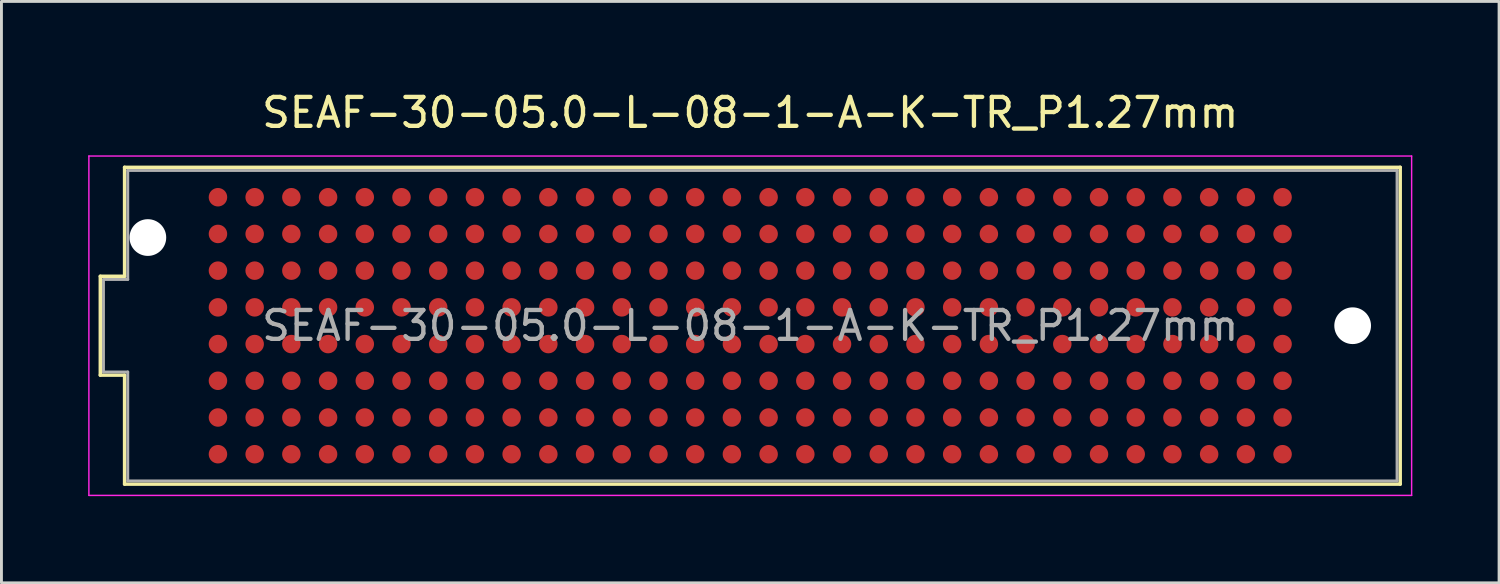
<source format=kicad_pcb>
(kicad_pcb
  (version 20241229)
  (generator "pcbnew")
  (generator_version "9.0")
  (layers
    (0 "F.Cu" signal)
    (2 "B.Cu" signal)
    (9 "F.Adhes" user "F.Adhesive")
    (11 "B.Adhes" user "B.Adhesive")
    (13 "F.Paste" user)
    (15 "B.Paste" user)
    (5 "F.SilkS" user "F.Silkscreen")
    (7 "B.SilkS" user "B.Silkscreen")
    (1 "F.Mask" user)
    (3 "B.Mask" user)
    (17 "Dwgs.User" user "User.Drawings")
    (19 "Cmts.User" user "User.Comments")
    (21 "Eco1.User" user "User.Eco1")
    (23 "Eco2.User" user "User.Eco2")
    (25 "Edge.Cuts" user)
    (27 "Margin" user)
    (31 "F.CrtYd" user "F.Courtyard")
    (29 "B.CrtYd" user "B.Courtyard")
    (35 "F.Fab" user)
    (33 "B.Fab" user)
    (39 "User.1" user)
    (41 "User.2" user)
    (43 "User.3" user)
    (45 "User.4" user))
  (footprint "SEAF-30-05.0-L-08-1-A-K-TR_P1.27mm"
    (layer "F.Cu")
    (at 22.905 8.218)
    (property "Reference" "SEAF-30-05.0-L-08-1-A-K-TR_P1.27mm" (at 0 -7.37 0) (layer "F.SilkS") (effects (font (size 1 1) (thickness 0.15))))
    (attr smd)
    (fp_line (start -22.485 -1.71) (end -21.645 -1.71) (stroke (width 0.12) (type solid)) (layer "F.SilkS"))
    (fp_line (start -22.485 1.71) (end -22.485 -1.71) (stroke (width 0.12) (type solid)) (layer "F.SilkS"))
    (fp_line (start -21.645 -5.48) (end 22.485 -5.48) (stroke (width 0.12) (type solid)) (layer "F.SilkS"))
    (fp_line (start -21.645 -1.71) (end -21.645 -5.48) (stroke (width 0.12) (type solid)) (layer "F.SilkS"))
    (fp_line (start -21.645 1.71) (end -22.485 1.71) (stroke (width 0.12) (type solid)) (layer "F.SilkS"))
    (fp_line (start -21.645 5.48) (end -21.645 1.71) (stroke (width 0.12) (type solid)) (layer "F.SilkS"))
    (fp_line (start 22.485 -5.48) (end 22.485 5.48) (stroke (width 0.12) (type solid)) (layer "F.SilkS"))
    (fp_line (start 22.485 5.48) (end -21.645 5.48) (stroke (width 0.12) (type solid)) (layer "F.SilkS"))
    (fp_line (start -22.88 -5.87) (end -22.88 5.87) (stroke (width 0.05) (type solid)) (layer "F.CrtYd"))
    (fp_line (start -22.88 5.87) (end 22.88 5.87) (stroke (width 0.05) (type solid)) (layer "F.CrtYd"))
    (fp_line (start 22.88 -5.87) (end -22.88 -5.87) (stroke (width 0.05) (type solid)) (layer "F.CrtYd"))
    (fp_line (start 22.88 5.87) (end 22.88 -5.87) (stroke (width 0.05) (type solid)) (layer "F.CrtYd"))
    (fp_line (start -22.375 -1.6) (end -21.535 -1.6) (stroke (width 0.1) (type solid)) (layer "F.Fab"))
    (fp_line (start -22.375 1.6) (end -22.375 -1.6) (stroke (width 0.1) (type solid)) (layer "F.Fab"))
    (fp_line (start -21.535 -5.37) (end 22.375 -5.37) (stroke (width 0.1) (type solid)) (layer "F.Fab"))
    (fp_line (start -21.535 -1.6) (end -21.535 -5.37) (stroke (width 0.1) (type solid)) (layer "F.Fab"))
    (fp_line (start -21.535 1.6) (end -22.375 1.6) (stroke (width 0.1) (type solid)) (layer "F.Fab"))
    (fp_line (start -21.535 5.37) (end -21.535 1.6) (stroke (width 0.1) (type solid)) (layer "F.Fab"))
    (fp_line (start 22.375 -5.37) (end 22.375 5.37) (stroke (width 0.1) (type solid)) (layer "F.Fab"))
    (fp_line (start 22.375 5.37) (end -21.535 5.37) (stroke (width 0.1) (type solid)) (layer "F.Fab"))
    (fp_text user "${REFERENCE}" (at 0 0 0) (layer "F.Fab") (effects (font (size 1 1) (thickness 0.15))))
    (pad "" np_thru_hole circle (at -20.84 -3.05) (size 1.27 1.27) (drill 1.27) (layers "*.Cu" "*.Mask"))
    (pad "" np_thru_hole circle (at 20.84 0) (size 1.27 1.27) (drill 1.27) (layers "*.Cu" "*.Mask"))
    (pad "A1" smd circle (at -18.415 -4.445) (size 0.64 0.64) (layers "F.Cu" "F.Mask" "F.Paste"))
    (pad "A2" smd circle (at -17.145 -4.445) (size 0.64 0.64) (layers "F.Cu" "F.Mask" "F.Paste"))
    (pad "A3" smd circle (at -15.875 -4.445) (size 0.64 0.64) (layers "F.Cu" "F.Mask" "F.Paste"))
    (pad "A4" smd circle (at -14.605 -4.445) (size 0.64 0.64) (layers "F.Cu" "F.Mask" "F.Paste"))
    (pad "A5" smd circle (at -13.335 -4.445) (size 0.64 0.64) (layers "F.Cu" "F.Mask" "F.Paste"))
    (pad "A6" smd circle (at -12.065 -4.445) (size 0.64 0.64) (layers "F.Cu" "F.Mask" "F.Paste"))
    (pad "A7" smd circle (at -10.795 -4.445) (size 0.64 0.64) (layers "F.Cu" "F.Mask" "F.Paste"))
    (pad "A8" smd circle (at -9.525 -4.445) (size 0.64 0.64) (layers "F.Cu" "F.Mask" "F.Paste"))
    (pad "A9" smd circle (at -8.255 -4.445) (size 0.64 0.64) (layers "F.Cu" "F.Mask" "F.Paste"))
    (pad "A10" smd circle (at -6.985 -4.445) (size 0.64 0.64) (layers "F.Cu" "F.Mask" "F.Paste"))
    (pad "A11" smd circle (at -5.715 -4.445) (size 0.64 0.64) (layers "F.Cu" "F.Mask" "F.Paste"))
    (pad "A12" smd circle (at -4.445 -4.445) (size 0.64 0.64) (layers "F.Cu" "F.Mask" "F.Paste"))
    (pad "A13" smd circle (at -3.175 -4.445) (size 0.64 0.64) (layers "F.Cu" "F.Mask" "F.Paste"))
    (pad "A14" smd circle (at -1.905 -4.445) (size 0.64 0.64) (layers "F.Cu" "F.Mask" "F.Paste"))
    (pad "A15" smd circle (at -0.635 -4.445) (size 0.64 0.64) (layers "F.Cu" "F.Mask" "F.Paste"))
    (pad "A16" smd circle (at 0.635 -4.445) (size 0.64 0.64) (layers "F.Cu" "F.Mask" "F.Paste"))
    (pad "A17" smd circle (at 1.905 -4.445) (size 0.64 0.64) (layers "F.Cu" "F.Mask" "F.Paste"))
    (pad "A18" smd circle (at 3.175 -4.445) (size 0.64 0.64) (layers "F.Cu" "F.Mask" "F.Paste"))
    (pad "A19" smd circle (at 4.445 -4.445) (size 0.64 0.64) (layers "F.Cu" "F.Mask" "F.Paste"))
    (pad "A20" smd circle (at 5.715 -4.445) (size 0.64 0.64) (layers "F.Cu" "F.Mask" "F.Paste"))
    (pad "A21" smd circle (at 6.985 -4.445) (size 0.64 0.64) (layers "F.Cu" "F.Mask" "F.Paste"))
    (pad "A22" smd circle (at 8.255 -4.445) (size 0.64 0.64) (layers "F.Cu" "F.Mask" "F.Paste"))
    (pad "A23" smd circle (at 9.525 -4.445) (size 0.64 0.64) (layers "F.Cu" "F.Mask" "F.Paste"))
    (pad "A24" smd circle (at 10.795 -4.445) (size 0.64 0.64) (layers "F.Cu" "F.Mask" "F.Paste"))
    (pad "A25" smd circle (at 12.065 -4.445) (size 0.64 0.64) (layers "F.Cu" "F.Mask" "F.Paste"))
    (pad "A26" smd circle (at 13.335 -4.445) (size 0.64 0.64) (layers "F.Cu" "F.Mask" "F.Paste"))
    (pad "A27" smd circle (at 14.605 -4.445) (size 0.64 0.64) (layers "F.Cu" "F.Mask" "F.Paste"))
    (pad "A28" smd circle (at 15.875 -4.445) (size 0.64 0.64) (layers "F.Cu" "F.Mask" "F.Paste"))
    (pad "A29" smd circle (at 17.145 -4.445) (size 0.64 0.64) (layers "F.Cu" "F.Mask" "F.Paste"))
    (pad "A30" smd circle (at 18.415 -4.445) (size 0.64 0.64) (layers "F.Cu" "F.Mask" "F.Paste"))
    (pad "B1" smd circle (at -18.415 -3.175) (size 0.64 0.64) (layers "F.Cu" "F.Mask" "F.Paste"))
    (pad "B2" smd circle (at -17.145 -3.175) (size 0.64 0.64) (layers "F.Cu" "F.Mask" "F.Paste"))
    (pad "B3" smd circle (at -15.875 -3.175) (size 0.64 0.64) (layers "F.Cu" "F.Mask" "F.Paste"))
    (pad "B4" smd circle (at -14.605 -3.175) (size 0.64 0.64) (layers "F.Cu" "F.Mask" "F.Paste"))
    (pad "B5" smd circle (at -13.335 -3.175) (size 0.64 0.64) (layers "F.Cu" "F.Mask" "F.Paste"))
    (pad "B6" smd circle (at -12.065 -3.175) (size 0.64 0.64) (layers "F.Cu" "F.Mask" "F.Paste"))
    (pad "B7" smd circle (at -10.795 -3.175) (size 0.64 0.64) (layers "F.Cu" "F.Mask" "F.Paste"))
    (pad "B8" smd circle (at -9.525 -3.175) (size 0.64 0.64) (layers "F.Cu" "F.Mask" "F.Paste"))
    (pad "B9" smd circle (at -8.255 -3.175) (size 0.64 0.64) (layers "F.Cu" "F.Mask" "F.Paste"))
    (pad "B10" smd circle (at -6.985 -3.175) (size 0.64 0.64) (layers "F.Cu" "F.Mask" "F.Paste"))
    (pad "B11" smd circle (at -5.715 -3.175) (size 0.64 0.64) (layers "F.Cu" "F.Mask" "F.Paste"))
    (pad "B12" smd circle (at -4.445 -3.175) (size 0.64 0.64) (layers "F.Cu" "F.Mask" "F.Paste"))
    (pad "B13" smd circle (at -3.175 -3.175) (size 0.64 0.64) (layers "F.Cu" "F.Mask" "F.Paste"))
    (pad "B14" smd circle (at -1.905 -3.175) (size 0.64 0.64) (layers "F.Cu" "F.Mask" "F.Paste"))
    (pad "B15" smd circle (at -0.635 -3.175) (size 0.64 0.64) (layers "F.Cu" "F.Mask" "F.Paste"))
    (pad "B16" smd circle (at 0.635 -3.175) (size 0.64 0.64) (layers "F.Cu" "F.Mask" "F.Paste"))
    (pad "B17" smd circle (at 1.905 -3.175) (size 0.64 0.64) (layers "F.Cu" "F.Mask" "F.Paste"))
    (pad "B18" smd circle (at 3.175 -3.175) (size 0.64 0.64) (layers "F.Cu" "F.Mask" "F.Paste"))
    (pad "B19" smd circle (at 4.445 -3.175) (size 0.64 0.64) (layers "F.Cu" "F.Mask" "F.Paste"))
    (pad "B20" smd circle (at 5.715 -3.175) (size 0.64 0.64) (layers "F.Cu" "F.Mask" "F.Paste"))
    (pad "B21" smd circle (at 6.985 -3.175) (size 0.64 0.64) (layers "F.Cu" "F.Mask" "F.Paste"))
    (pad "B22" smd circle (at 8.255 -3.175) (size 0.64 0.64) (layers "F.Cu" "F.Mask" "F.Paste"))
    (pad "B23" smd circle (at 9.525 -3.175) (size 0.64 0.64) (layers "F.Cu" "F.Mask" "F.Paste"))
    (pad "B24" smd circle (at 10.795 -3.175) (size 0.64 0.64) (layers "F.Cu" "F.Mask" "F.Paste"))
    (pad "B25" smd circle (at 12.065 -3.175) (size 0.64 0.64) (layers "F.Cu" "F.Mask" "F.Paste"))
    (pad "B26" smd circle (at 13.335 -3.175) (size 0.64 0.64) (layers "F.Cu" "F.Mask" "F.Paste"))
    (pad "B27" smd circle (at 14.605 -3.175) (size 0.64 0.64) (layers "F.Cu" "F.Mask" "F.Paste"))
    (pad "B28" smd circle (at 15.875 -3.175) (size 0.64 0.64) (layers "F.Cu" "F.Mask" "F.Paste"))
    (pad "B29" smd circle (at 17.145 -3.175) (size 0.64 0.64) (layers "F.Cu" "F.Mask" "F.Paste"))
    (pad "B30" smd circle (at 18.415 -3.175) (size 0.64 0.64) (layers "F.Cu" "F.Mask" "F.Paste"))
    (pad "C1" smd circle (at -18.415 -1.905) (size 0.64 0.64) (layers "F.Cu" "F.Mask" "F.Paste"))
    (pad "C2" smd circle (at -17.145 -1.905) (size 0.64 0.64) (layers "F.Cu" "F.Mask" "F.Paste"))
    (pad "C3" smd circle (at -15.875 -1.905) (size 0.64 0.64) (layers "F.Cu" "F.Mask" "F.Paste"))
    (pad "C4" smd circle (at -14.605 -1.905) (size 0.64 0.64) (layers "F.Cu" "F.Mask" "F.Paste"))
    (pad "C5" smd circle (at -13.335 -1.905) (size 0.64 0.64) (layers "F.Cu" "F.Mask" "F.Paste"))
    (pad "C6" smd circle (at -12.065 -1.905) (size 0.64 0.64) (layers "F.Cu" "F.Mask" "F.Paste"))
    (pad "C7" smd circle (at -10.795 -1.905) (size 0.64 0.64) (layers "F.Cu" "F.Mask" "F.Paste"))
    (pad "C8" smd circle (at -9.525 -1.905) (size 0.64 0.64) (layers "F.Cu" "F.Mask" "F.Paste"))
    (pad "C9" smd circle (at -8.255 -1.905) (size 0.64 0.64) (layers "F.Cu" "F.Mask" "F.Paste"))
    (pad "C10" smd circle (at -6.985 -1.905) (size 0.64 0.64) (layers "F.Cu" "F.Mask" "F.Paste"))
    (pad "C11" smd circle (at -5.715 -1.905) (size 0.64 0.64) (layers "F.Cu" "F.Mask" "F.Paste"))
    (pad "C12" smd circle (at -4.445 -1.905) (size 0.64 0.64) (layers "F.Cu" "F.Mask" "F.Paste"))
    (pad "C13" smd circle (at -3.175 -1.905) (size 0.64 0.64) (layers "F.Cu" "F.Mask" "F.Paste"))
    (pad "C14" smd circle (at -1.905 -1.905) (size 0.64 0.64) (layers "F.Cu" "F.Mask" "F.Paste"))
    (pad "C15" smd circle (at -0.635 -1.905) (size 0.64 0.64) (layers "F.Cu" "F.Mask" "F.Paste"))
    (pad "C16" smd circle (at 0.635 -1.905) (size 0.64 0.64) (layers "F.Cu" "F.Mask" "F.Paste"))
    (pad "C17" smd circle (at 1.905 -1.905) (size 0.64 0.64) (layers "F.Cu" "F.Mask" "F.Paste"))
    (pad "C18" smd circle (at 3.175 -1.905) (size 0.64 0.64) (layers "F.Cu" "F.Mask" "F.Paste"))
    (pad "C19" smd circle (at 4.445 -1.905) (size 0.64 0.64) (layers "F.Cu" "F.Mask" "F.Paste"))
    (pad "C20" smd circle (at 5.715 -1.905) (size 0.64 0.64) (layers "F.Cu" "F.Mask" "F.Paste"))
    (pad "C21" smd circle (at 6.985 -1.905) (size 0.64 0.64) (layers "F.Cu" "F.Mask" "F.Paste"))
    (pad "C22" smd circle (at 8.255 -1.905) (size 0.64 0.64) (layers "F.Cu" "F.Mask" "F.Paste"))
    (pad "C23" smd circle (at 9.525 -1.905) (size 0.64 0.64) (layers "F.Cu" "F.Mask" "F.Paste"))
    (pad "C24" smd circle (at 10.795 -1.905) (size 0.64 0.64) (layers "F.Cu" "F.Mask" "F.Paste"))
    (pad "C25" smd circle (at 12.065 -1.905) (size 0.64 0.64) (layers "F.Cu" "F.Mask" "F.Paste"))
    (pad "C26" smd circle (at 13.335 -1.905) (size 0.64 0.64) (layers "F.Cu" "F.Mask" "F.Paste"))
    (pad "C27" smd circle (at 14.605 -1.905) (size 0.64 0.64) (layers "F.Cu" "F.Mask" "F.Paste"))
    (pad "C28" smd circle (at 15.875 -1.905) (size 0.64 0.64) (layers "F.Cu" "F.Mask" "F.Paste"))
    (pad "C29" smd circle (at 17.145 -1.905) (size 0.64 0.64) (layers "F.Cu" "F.Mask" "F.Paste"))
    (pad "C30" smd circle (at 18.415 -1.905) (size 0.64 0.64) (layers "F.Cu" "F.Mask" "F.Paste"))
    (pad "D1" smd circle (at -18.415 -0.635) (size 0.64 0.64) (layers "F.Cu" "F.Mask" "F.Paste"))
    (pad "D2" smd circle (at -17.145 -0.635) (size 0.64 0.64) (layers "F.Cu" "F.Mask" "F.Paste"))
    (pad "D3" smd circle (at -15.875 -0.635) (size 0.64 0.64) (layers "F.Cu" "F.Mask" "F.Paste"))
    (pad "D4" smd circle (at -14.605 -0.635) (size 0.64 0.64) (layers "F.Cu" "F.Mask" "F.Paste"))
    (pad "D5" smd circle (at -13.335 -0.635) (size 0.64 0.64) (layers "F.Cu" "F.Mask" "F.Paste"))
    (pad "D6" smd circle (at -12.065 -0.635) (size 0.64 0.64) (layers "F.Cu" "F.Mask" "F.Paste"))
    (pad "D7" smd circle (at -10.795 -0.635) (size 0.64 0.64) (layers "F.Cu" "F.Mask" "F.Paste"))
    (pad "D8" smd circle (at -9.525 -0.635) (size 0.64 0.64) (layers "F.Cu" "F.Mask" "F.Paste"))
    (pad "D9" smd circle (at -8.255 -0.635) (size 0.64 0.64) (layers "F.Cu" "F.Mask" "F.Paste"))
    (pad "D10" smd circle (at -6.985 -0.635) (size 0.64 0.64) (layers "F.Cu" "F.Mask" "F.Paste"))
    (pad "D11" smd circle (at -5.715 -0.635) (size 0.64 0.64) (layers "F.Cu" "F.Mask" "F.Paste"))
    (pad "D12" smd circle (at -4.445 -0.635) (size 0.64 0.64) (layers "F.Cu" "F.Mask" "F.Paste"))
    (pad "D13" smd circle (at -3.175 -0.635) (size 0.64 0.64) (layers "F.Cu" "F.Mask" "F.Paste"))
    (pad "D14" smd circle (at -1.905 -0.635) (size 0.64 0.64) (layers "F.Cu" "F.Mask" "F.Paste"))
    (pad "D15" smd circle (at -0.635 -0.635) (size 0.64 0.64) (layers "F.Cu" "F.Mask" "F.Paste"))
    (pad "D16" smd circle (at 0.635 -0.635) (size 0.64 0.64) (layers "F.Cu" "F.Mask" "F.Paste"))
    (pad "D17" smd circle (at 1.905 -0.635) (size 0.64 0.64) (layers "F.Cu" "F.Mask" "F.Paste"))
    (pad "D18" smd circle (at 3.175 -0.635) (size 0.64 0.64) (layers "F.Cu" "F.Mask" "F.Paste"))
    (pad "D19" smd circle (at 4.445 -0.635) (size 0.64 0.64) (layers "F.Cu" "F.Mask" "F.Paste"))
    (pad "D20" smd circle (at 5.715 -0.635) (size 0.64 0.64) (layers "F.Cu" "F.Mask" "F.Paste"))
    (pad "D21" smd circle (at 6.985 -0.635) (size 0.64 0.64) (layers "F.Cu" "F.Mask" "F.Paste"))
    (pad "D22" smd circle (at 8.255 -0.635) (size 0.64 0.64) (layers "F.Cu" "F.Mask" "F.Paste"))
    (pad "D23" smd circle (at 9.525 -0.635) (size 0.64 0.64) (layers "F.Cu" "F.Mask" "F.Paste"))
    (pad "D24" smd circle (at 10.795 -0.635) (size 0.64 0.64) (layers "F.Cu" "F.Mask" "F.Paste"))
    (pad "D25" smd circle (at 12.065 -0.635) (size 0.64 0.64) (layers "F.Cu" "F.Mask" "F.Paste"))
    (pad "D26" smd circle (at 13.335 -0.635) (size 0.64 0.64) (layers "F.Cu" "F.Mask" "F.Paste"))
    (pad "D27" smd circle (at 14.605 -0.635) (size 0.64 0.64) (layers "F.Cu" "F.Mask" "F.Paste"))
    (pad "D28" smd circle (at 15.875 -0.635) (size 0.64 0.64) (layers "F.Cu" "F.Mask" "F.Paste"))
    (pad "D29" smd circle (at 17.145 -0.635) (size 0.64 0.64) (layers "F.Cu" "F.Mask" "F.Paste"))
    (pad "D30" smd circle (at 18.415 -0.635) (size 0.64 0.64) (layers "F.Cu" "F.Mask" "F.Paste"))
    (pad "E1" smd circle (at -18.415 0.635) (size 0.64 0.64) (layers "F.Cu" "F.Mask" "F.Paste"))
    (pad "E2" smd circle (at -17.145 0.635) (size 0.64 0.64) (layers "F.Cu" "F.Mask" "F.Paste"))
    (pad "E3" smd circle (at -15.875 0.635) (size 0.64 0.64) (layers "F.Cu" "F.Mask" "F.Paste"))
    (pad "E4" smd circle (at -14.605 0.635) (size 0.64 0.64) (layers "F.Cu" "F.Mask" "F.Paste"))
    (pad "E5" smd circle (at -13.335 0.635) (size 0.64 0.64) (layers "F.Cu" "F.Mask" "F.Paste"))
    (pad "E6" smd circle (at -12.065 0.635) (size 0.64 0.64) (layers "F.Cu" "F.Mask" "F.Paste"))
    (pad "E7" smd circle (at -10.795 0.635) (size 0.64 0.64) (layers "F.Cu" "F.Mask" "F.Paste"))
    (pad "E8" smd circle (at -9.525 0.635) (size 0.64 0.64) (layers "F.Cu" "F.Mask" "F.Paste"))
    (pad "E9" smd circle (at -8.255 0.635) (size 0.64 0.64) (layers "F.Cu" "F.Mask" "F.Paste"))
    (pad "E10" smd circle (at -6.985 0.635) (size 0.64 0.64) (layers "F.Cu" "F.Mask" "F.Paste"))
    (pad "E11" smd circle (at -5.715 0.635) (size 0.64 0.64) (layers "F.Cu" "F.Mask" "F.Paste"))
    (pad "E12" smd circle (at -4.445 0.635) (size 0.64 0.64) (layers "F.Cu" "F.Mask" "F.Paste"))
    (pad "E13" smd circle (at -3.175 0.635) (size 0.64 0.64) (layers "F.Cu" "F.Mask" "F.Paste"))
    (pad "E14" smd circle (at -1.905 0.635) (size 0.64 0.64) (layers "F.Cu" "F.Mask" "F.Paste"))
    (pad "E15" smd circle (at -0.635 0.635) (size 0.64 0.64) (layers "F.Cu" "F.Mask" "F.Paste"))
    (pad "E16" smd circle (at 0.635 0.635) (size 0.64 0.64) (layers "F.Cu" "F.Mask" "F.Paste"))
    (pad "E17" smd circle (at 1.905 0.635) (size 0.64 0.64) (layers "F.Cu" "F.Mask" "F.Paste"))
    (pad "E18" smd circle (at 3.175 0.635) (size 0.64 0.64) (layers "F.Cu" "F.Mask" "F.Paste"))
    (pad "E19" smd circle (at 4.445 0.635) (size 0.64 0.64) (layers "F.Cu" "F.Mask" "F.Paste"))
    (pad "E20" smd circle (at 5.715 0.635) (size 0.64 0.64) (layers "F.Cu" "F.Mask" "F.Paste"))
    (pad "E21" smd circle (at 6.985 0.635) (size 0.64 0.64) (layers "F.Cu" "F.Mask" "F.Paste"))
    (pad "E22" smd circle (at 8.255 0.635) (size 0.64 0.64) (layers "F.Cu" "F.Mask" "F.Paste"))
    (pad "E23" smd circle (at 9.525 0.635) (size 0.64 0.64) (layers "F.Cu" "F.Mask" "F.Paste"))
    (pad "E24" smd circle (at 10.795 0.635) (size 0.64 0.64) (layers "F.Cu" "F.Mask" "F.Paste"))
    (pad "E25" smd circle (at 12.065 0.635) (size 0.64 0.64) (layers "F.Cu" "F.Mask" "F.Paste"))
    (pad "E26" smd circle (at 13.335 0.635) (size 0.64 0.64) (layers "F.Cu" "F.Mask" "F.Paste"))
    (pad "E27" smd circle (at 14.605 0.635) (size 0.64 0.64) (layers "F.Cu" "F.Mask" "F.Paste"))
    (pad "E28" smd circle (at 15.875 0.635) (size 0.64 0.64) (layers "F.Cu" "F.Mask" "F.Paste"))
    (pad "E29" smd circle (at 17.145 0.635) (size 0.64 0.64) (layers "F.Cu" "F.Mask" "F.Paste"))
    (pad "E30" smd circle (at 18.415 0.635) (size 0.64 0.64) (layers "F.Cu" "F.Mask" "F.Paste"))
    (pad "F1" smd circle (at -18.415 1.905) (size 0.64 0.64) (layers "F.Cu" "F.Mask" "F.Paste"))
    (pad "F2" smd circle (at -17.145 1.905) (size 0.64 0.64) (layers "F.Cu" "F.Mask" "F.Paste"))
    (pad "F3" smd circle (at -15.875 1.905) (size 0.64 0.64) (layers "F.Cu" "F.Mask" "F.Paste"))
    (pad "F4" smd circle (at -14.605 1.905) (size 0.64 0.64) (layers "F.Cu" "F.Mask" "F.Paste"))
    (pad "F5" smd circle (at -13.335 1.905) (size 0.64 0.64) (layers "F.Cu" "F.Mask" "F.Paste"))
    (pad "F6" smd circle (at -12.065 1.905) (size 0.64 0.64) (layers "F.Cu" "F.Mask" "F.Paste"))
    (pad "F7" smd circle (at -10.795 1.905) (size 0.64 0.64) (layers "F.Cu" "F.Mask" "F.Paste"))
    (pad "F8" smd circle (at -9.525 1.905) (size 0.64 0.64) (layers "F.Cu" "F.Mask" "F.Paste"))
    (pad "F9" smd circle (at -8.255 1.905) (size 0.64 0.64) (layers "F.Cu" "F.Mask" "F.Paste"))
    (pad "F10" smd circle (at -6.985 1.905) (size 0.64 0.64) (layers "F.Cu" "F.Mask" "F.Paste"))
    (pad "F11" smd circle (at -5.715 1.905) (size 0.64 0.64) (layers "F.Cu" "F.Mask" "F.Paste"))
    (pad "F12" smd circle (at -4.445 1.905) (size 0.64 0.64) (layers "F.Cu" "F.Mask" "F.Paste"))
    (pad "F13" smd circle (at -3.175 1.905) (size 0.64 0.64) (layers "F.Cu" "F.Mask" "F.Paste"))
    (pad "F14" smd circle (at -1.905 1.905) (size 0.64 0.64) (layers "F.Cu" "F.Mask" "F.Paste"))
    (pad "F15" smd circle (at -0.635 1.905) (size 0.64 0.64) (layers "F.Cu" "F.Mask" "F.Paste"))
    (pad "F16" smd circle (at 0.635 1.905) (size 0.64 0.64) (layers "F.Cu" "F.Mask" "F.Paste"))
    (pad "F17" smd circle (at 1.905 1.905) (size 0.64 0.64) (layers "F.Cu" "F.Mask" "F.Paste"))
    (pad "F18" smd circle (at 3.175 1.905) (size 0.64 0.64) (layers "F.Cu" "F.Mask" "F.Paste"))
    (pad "F19" smd circle (at 4.445 1.905) (size 0.64 0.64) (layers "F.Cu" "F.Mask" "F.Paste"))
    (pad "F20" smd circle (at 5.715 1.905) (size 0.64 0.64) (layers "F.Cu" "F.Mask" "F.Paste"))
    (pad "F21" smd circle (at 6.985 1.905) (size 0.64 0.64) (layers "F.Cu" "F.Mask" "F.Paste"))
    (pad "F22" smd circle (at 8.255 1.905) (size 0.64 0.64) (layers "F.Cu" "F.Mask" "F.Paste"))
    (pad "F23" smd circle (at 9.525 1.905) (size 0.64 0.64) (layers "F.Cu" "F.Mask" "F.Paste"))
    (pad "F24" smd circle (at 10.795 1.905) (size 0.64 0.64) (layers "F.Cu" "F.Mask" "F.Paste"))
    (pad "F25" smd circle (at 12.065 1.905) (size 0.64 0.64) (layers "F.Cu" "F.Mask" "F.Paste"))
    (pad "F26" smd circle (at 13.335 1.905) (size 0.64 0.64) (layers "F.Cu" "F.Mask" "F.Paste"))
    (pad "F27" smd circle (at 14.605 1.905) (size 0.64 0.64) (layers "F.Cu" "F.Mask" "F.Paste"))
    (pad "F28" smd circle (at 15.875 1.905) (size 0.64 0.64) (layers "F.Cu" "F.Mask" "F.Paste"))
    (pad "F29" smd circle (at 17.145 1.905) (size 0.64 0.64) (layers "F.Cu" "F.Mask" "F.Paste"))
    (pad "F30" smd circle (at 18.415 1.905) (size 0.64 0.64) (layers "F.Cu" "F.Mask" "F.Paste"))
    (pad "G1" smd circle (at -18.415 3.175) (size 0.64 0.64) (layers "F.Cu" "F.Mask" "F.Paste"))
    (pad "G2" smd circle (at -17.145 3.175) (size 0.64 0.64) (layers "F.Cu" "F.Mask" "F.Paste"))
    (pad "G3" smd circle (at -15.875 3.175) (size 0.64 0.64) (layers "F.Cu" "F.Mask" "F.Paste"))
    (pad "G4" smd circle (at -14.605 3.175) (size 0.64 0.64) (layers "F.Cu" "F.Mask" "F.Paste"))
    (pad "G5" smd circle (at -13.335 3.175) (size 0.64 0.64) (layers "F.Cu" "F.Mask" "F.Paste"))
    (pad "G6" smd circle (at -12.065 3.175) (size 0.64 0.64) (layers "F.Cu" "F.Mask" "F.Paste"))
    (pad "G7" smd circle (at -10.795 3.175) (size 0.64 0.64) (layers "F.Cu" "F.Mask" "F.Paste"))
    (pad "G8" smd circle (at -9.525 3.175) (size 0.64 0.64) (layers "F.Cu" "F.Mask" "F.Paste"))
    (pad "G9" smd circle (at -8.255 3.175) (size 0.64 0.64) (layers "F.Cu" "F.Mask" "F.Paste"))
    (pad "G10" smd circle (at -6.985 3.175) (size 0.64 0.64) (layers "F.Cu" "F.Mask" "F.Paste"))
    (pad "G11" smd circle (at -5.715 3.175) (size 0.64 0.64) (layers "F.Cu" "F.Mask" "F.Paste"))
    (pad "G12" smd circle (at -4.445 3.175) (size 0.64 0.64) (layers "F.Cu" "F.Mask" "F.Paste"))
    (pad "G13" smd circle (at -3.175 3.175) (size 0.64 0.64) (layers "F.Cu" "F.Mask" "F.Paste"))
    (pad "G14" smd circle (at -1.905 3.175) (size 0.64 0.64) (layers "F.Cu" "F.Mask" "F.Paste"))
    (pad "G15" smd circle (at -0.635 3.175) (size 0.64 0.64) (layers "F.Cu" "F.Mask" "F.Paste"))
    (pad "G16" smd circle (at 0.635 3.175) (size 0.64 0.64) (layers "F.Cu" "F.Mask" "F.Paste"))
    (pad "G17" smd circle (at 1.905 3.175) (size 0.64 0.64) (layers "F.Cu" "F.Mask" "F.Paste"))
    (pad "G18" smd circle (at 3.175 3.175) (size 0.64 0.64) (layers "F.Cu" "F.Mask" "F.Paste"))
    (pad "G19" smd circle (at 4.445 3.175) (size 0.64 0.64) (layers "F.Cu" "F.Mask" "F.Paste"))
    (pad "G20" smd circle (at 5.715 3.175) (size 0.64 0.64) (layers "F.Cu" "F.Mask" "F.Paste"))
    (pad "G21" smd circle (at 6.985 3.175) (size 0.64 0.64) (layers "F.Cu" "F.Mask" "F.Paste"))
    (pad "G22" smd circle (at 8.255 3.175) (size 0.64 0.64) (layers "F.Cu" "F.Mask" "F.Paste"))
    (pad "G23" smd circle (at 9.525 3.175) (size 0.64 0.64) (layers "F.Cu" "F.Mask" "F.Paste"))
    (pad "G24" smd circle (at 10.795 3.175) (size 0.64 0.64) (layers "F.Cu" "F.Mask" "F.Paste"))
    (pad "G25" smd circle (at 12.065 3.175) (size 0.64 0.64) (layers "F.Cu" "F.Mask" "F.Paste"))
    (pad "G26" smd circle (at 13.335 3.175) (size 0.64 0.64) (layers "F.Cu" "F.Mask" "F.Paste"))
    (pad "G27" smd circle (at 14.605 3.175) (size 0.64 0.64) (layers "F.Cu" "F.Mask" "F.Paste"))
    (pad "G28" smd circle (at 15.875 3.175) (size 0.64 0.64) (layers "F.Cu" "F.Mask" "F.Paste"))
    (pad "G29" smd circle (at 17.145 3.175) (size 0.64 0.64) (layers "F.Cu" "F.Mask" "F.Paste"))
    (pad "G30" smd circle (at 18.415 3.175) (size 0.64 0.64) (layers "F.Cu" "F.Mask" "F.Paste"))
    (pad "H1" smd circle (at -18.415 4.445) (size 0.64 0.64) (layers "F.Cu" "F.Mask" "F.Paste"))
    (pad "H2" smd circle (at -17.145 4.445) (size 0.64 0.64) (layers "F.Cu" "F.Mask" "F.Paste"))
    (pad "H3" smd circle (at -15.875 4.445) (size 0.64 0.64) (layers "F.Cu" "F.Mask" "F.Paste"))
    (pad "H4" smd circle (at -14.605 4.445) (size 0.64 0.64) (layers "F.Cu" "F.Mask" "F.Paste"))
    (pad "H5" smd circle (at -13.335 4.445) (size 0.64 0.64) (layers "F.Cu" "F.Mask" "F.Paste"))
    (pad "H6" smd circle (at -12.065 4.445) (size 0.64 0.64) (layers "F.Cu" "F.Mask" "F.Paste"))
    (pad "H7" smd circle (at -10.795 4.445) (size 0.64 0.64) (layers "F.Cu" "F.Mask" "F.Paste"))
    (pad "H8" smd circle (at -9.525 4.445) (size 0.64 0.64) (layers "F.Cu" "F.Mask" "F.Paste"))
    (pad "H9" smd circle (at -8.255 4.445) (size 0.64 0.64) (layers "F.Cu" "F.Mask" "F.Paste"))
    (pad "H10" smd circle (at -6.985 4.445) (size 0.64 0.64) (layers "F.Cu" "F.Mask" "F.Paste"))
    (pad "H11" smd circle (at -5.715 4.445) (size 0.64 0.64) (layers "F.Cu" "F.Mask" "F.Paste"))
    (pad "H12" smd circle (at -4.445 4.445) (size 0.64 0.64) (layers "F.Cu" "F.Mask" "F.Paste"))
    (pad "H13" smd circle (at -3.175 4.445) (size 0.64 0.64) (layers "F.Cu" "F.Mask" "F.Paste"))
    (pad "H14" smd circle (at -1.905 4.445) (size 0.64 0.64) (layers "F.Cu" "F.Mask" "F.Paste"))
    (pad "H15" smd circle (at -0.635 4.445) (size 0.64 0.64) (layers "F.Cu" "F.Mask" "F.Paste"))
    (pad "H16" smd circle (at 0.635 4.445) (size 0.64 0.64) (layers "F.Cu" "F.Mask" "F.Paste"))
    (pad "H17" smd circle (at 1.905 4.445) (size 0.64 0.64) (layers "F.Cu" "F.Mask" "F.Paste"))
    (pad "H18" smd circle (at 3.175 4.445) (size 0.64 0.64) (layers "F.Cu" "F.Mask" "F.Paste"))
    (pad "H19" smd circle (at 4.445 4.445) (size 0.64 0.64) (layers "F.Cu" "F.Mask" "F.Paste"))
    (pad "H20" smd circle (at 5.715 4.445) (size 0.64 0.64) (layers "F.Cu" "F.Mask" "F.Paste"))
    (pad "H21" smd circle (at 6.985 4.445) (size 0.64 0.64) (layers "F.Cu" "F.Mask" "F.Paste"))
    (pad "H22" smd circle (at 8.255 4.445) (size 0.64 0.64) (layers "F.Cu" "F.Mask" "F.Paste"))
    (pad "H23" smd circle (at 9.525 4.445) (size 0.64 0.64) (layers "F.Cu" "F.Mask" "F.Paste"))
    (pad "H24" smd circle (at 10.795 4.445) (size 0.64 0.64) (layers "F.Cu" "F.Mask" "F.Paste"))
    (pad "H25" smd circle (at 12.065 4.445) (size 0.64 0.64) (layers "F.Cu" "F.Mask" "F.Paste"))
    (pad "H26" smd circle (at 13.335 4.445) (size 0.64 0.64) (layers "F.Cu" "F.Mask" "F.Paste"))
    (pad "H27" smd circle (at 14.605 4.445) (size 0.64 0.64) (layers "F.Cu" "F.Mask" "F.Paste"))
    (pad "H28" smd circle (at 15.875 4.445) (size 0.64 0.64) (layers "F.Cu" "F.Mask" "F.Paste"))
    (pad "H29" smd circle (at 17.145 4.445) (size 0.64 0.64) (layers "F.Cu" "F.Mask" "F.Paste"))
    (pad "H30" smd circle (at 18.415 4.445) (size 0.64 0.64) (layers "F.Cu" "F.Mask" "F.Paste")))
  (gr_rect
    (start -3 -3)
    (end 48.81 17.113)
    (stroke (width 0.1) (type default))
    (fill no)
    (layer "Edge.Cuts")))
</source>
